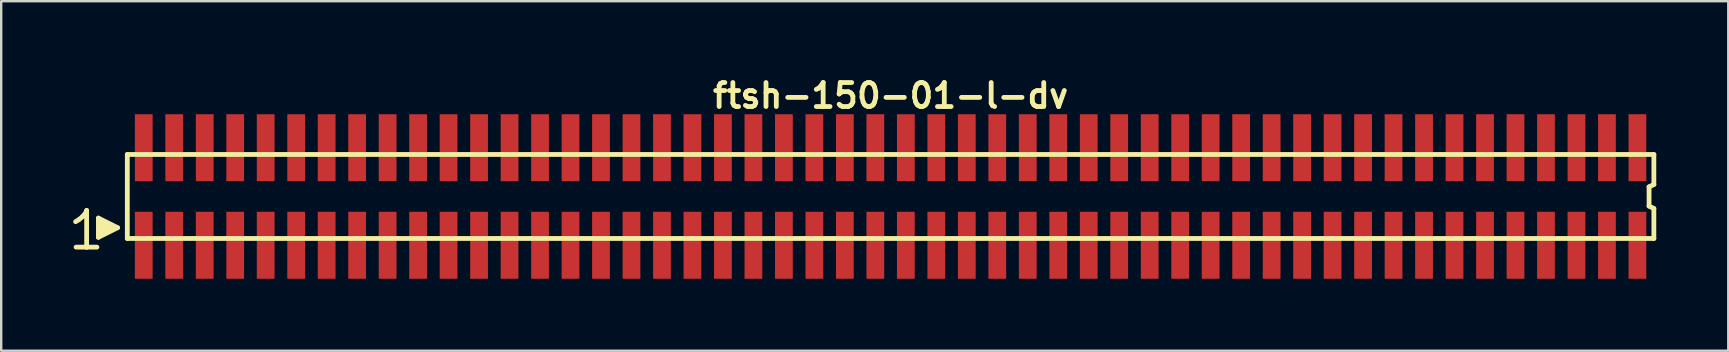
<source format=kicad_pcb>
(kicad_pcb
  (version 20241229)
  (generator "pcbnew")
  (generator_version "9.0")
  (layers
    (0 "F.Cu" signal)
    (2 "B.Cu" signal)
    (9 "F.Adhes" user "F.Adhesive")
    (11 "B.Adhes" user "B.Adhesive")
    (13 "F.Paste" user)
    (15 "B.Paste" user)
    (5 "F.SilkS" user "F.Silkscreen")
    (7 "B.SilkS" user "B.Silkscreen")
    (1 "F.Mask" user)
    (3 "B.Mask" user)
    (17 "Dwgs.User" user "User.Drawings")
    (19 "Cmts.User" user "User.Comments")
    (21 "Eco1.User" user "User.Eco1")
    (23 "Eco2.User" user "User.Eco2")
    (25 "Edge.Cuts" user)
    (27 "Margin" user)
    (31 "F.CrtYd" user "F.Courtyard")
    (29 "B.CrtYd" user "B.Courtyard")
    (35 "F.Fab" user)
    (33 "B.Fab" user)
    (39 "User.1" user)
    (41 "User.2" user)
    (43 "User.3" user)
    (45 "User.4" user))
  (footprint "ftsh-150-01-l-dv"
    (layer "F.Cu")
    (at 34.054 5.136)
    (property "Reference" "ftsh-150-01-l-dv" (at 0 -4.2 0) (layer "F.SilkS") (effects (font (size 1 1) (thickness 0.2))))
    (attr through_hole)
    (fp_line (start -33.955 1.05) (end -33.825 0.97) (stroke (width 0.198) (type solid)) (layer "F.SilkS"))
    (fp_line (start -33.825 0.97) (end -33.665 0.84) (stroke (width 0.198) (type solid)) (layer "F.SilkS"))
    (fp_line (start -33.665 0.84) (end -33.525 0.67) (stroke (width 0.198) (type solid)) (layer "F.SilkS"))
    (fp_line (start -33.525 0.67) (end -33.495 0.58) (stroke (width 0.198) (type solid)) (layer "F.SilkS"))
    (fp_line (start -33.495 0.58) (end -33.495 2.11) (stroke (width 0.198) (type solid)) (layer "F.SilkS"))
    (fp_line (start -33.495 2.11) (end -33.935 2.11) (stroke (width 0.198) (type solid)) (layer "F.SilkS"))
    (fp_line (start -33.065 2.11) (end -33.505 2.11) (stroke (width 0.198) (type solid)) (layer "F.SilkS"))
    (fp_line (start -33.005 0.9) (end -32.205 1.3) (stroke (width 0.198) (type solid)) (layer "F.SilkS"))
    (fp_line (start -33.005 1.7) (end -33.005 0.9) (stroke (width 0.198) (type solid)) (layer "F.SilkS"))
    (fp_line (start -32.905 1.6) (end -32.905 1) (stroke (width 0.198) (type solid)) (layer "F.SilkS"))
    (fp_line (start -32.805 1.1) (end -32.805 1.5) (stroke (width 0.198) (type solid)) (layer "F.SilkS"))
    (fp_line (start -32.705 1.5) (end -32.705 1.1) (stroke (width 0.198) (type solid)) (layer "F.SilkS"))
    (fp_line (start -32.605 1.2) (end -32.605 1.4) (stroke (width 0.198) (type solid)) (layer "F.SilkS"))
    (fp_line (start -32.505 1.4) (end -32.505 1.2) (stroke (width 0.198) (type solid)) (layer "F.SilkS"))
    (fp_line (start -32.205 1.3) (end -33.005 1.7) (stroke (width 0.198) (type solid)) (layer "F.SilkS"))
    (fp_line (start -31.8 -1.75) (end -31.8 1.75) (stroke (width 0.2) (type solid)) (layer "F.SilkS"))
    (fp_line (start -31.8 -1.75) (end 31.8 -1.75) (stroke (width 0.2) (type solid)) (layer "F.SilkS"))
    (fp_line (start -31.8 1.75) (end 31.8 1.75) (stroke (width 0.2) (type solid)) (layer "F.SilkS"))
    (fp_line (start 31.6 -0.4) (end 31.6 0.4) (stroke (width 0.2) (type solid)) (layer "F.SilkS"))
    (fp_line (start 31.6 0.4) (end 31.8 0.5) (stroke (width 0.2) (type solid)) (layer "F.SilkS"))
    (fp_line (start 31.8 -0.5) (end 31.6 -0.4) (stroke (width 0.2) (type solid)) (layer "F.SilkS"))
    (fp_line (start 31.8 -0.5) (end 31.8 -1.75) (stroke (width 0.2) (type solid)) (layer "F.SilkS"))
    (fp_line (start 31.8 0.5) (end 31.8 1.75) (stroke (width 0.2) (type solid)) (layer "F.SilkS"))
    (pad "1" smd rect (at -31.115 2.032) (size 0.74 2.79) (layers "F.Cu" "F.Mask" "F.Paste"))
    (pad "2" smd rect (at -31.115 -2.032) (size 0.74 2.79) (layers "F.Cu" "F.Mask" "F.Paste"))
    (pad "3" smd rect (at -29.845 2.032) (size 0.74 2.79) (layers "F.Cu" "F.Mask" "F.Paste"))
    (pad "4" smd rect (at -29.845 -2.032) (size 0.74 2.79) (layers "F.Cu" "F.Mask" "F.Paste"))
    (pad "5" smd rect (at -28.575 2.032) (size 0.74 2.79) (layers "F.Cu" "F.Mask" "F.Paste"))
    (pad "6" smd rect (at -28.575 -2.032) (size 0.74 2.79) (layers "F.Cu" "F.Mask" "F.Paste"))
    (pad "7" smd rect (at -27.305 2.032) (size 0.74 2.79) (layers "F.Cu" "F.Mask" "F.Paste"))
    (pad "8" smd rect (at -27.305 -2.032) (size 0.74 2.79) (layers "F.Cu" "F.Mask" "F.Paste"))
    (pad "9" smd rect (at -26.035 2.032) (size 0.74 2.79) (layers "F.Cu" "F.Mask" "F.Paste"))
    (pad "10" smd rect (at -26.035 -2.032) (size 0.74 2.79) (layers "F.Cu" "F.Mask" "F.Paste"))
    (pad "11" smd rect (at -24.765 2.032) (size 0.74 2.79) (layers "F.Cu" "F.Mask" "F.Paste"))
    (pad "12" smd rect (at -24.765 -2.032) (size 0.74 2.79) (layers "F.Cu" "F.Mask" "F.Paste"))
    (pad "13" smd rect (at -23.495 2.032) (size 0.74 2.79) (layers "F.Cu" "F.Mask" "F.Paste"))
    (pad "14" smd rect (at -23.495 -2.032) (size 0.74 2.79) (layers "F.Cu" "F.Mask" "F.Paste"))
    (pad "15" smd rect (at -22.225 2.032) (size 0.74 2.79) (layers "F.Cu" "F.Mask" "F.Paste"))
    (pad "16" smd rect (at -22.225 -2.032) (size 0.74 2.79) (layers "F.Cu" "F.Mask" "F.Paste"))
    (pad "17" smd rect (at -20.955 2.032) (size 0.74 2.79) (layers "F.Cu" "F.Mask" "F.Paste"))
    (pad "18" smd rect (at -20.955 -2.032) (size 0.74 2.79) (layers "F.Cu" "F.Mask" "F.Paste"))
    (pad "19" smd rect (at -19.685 2.032) (size 0.74 2.79) (layers "F.Cu" "F.Mask" "F.Paste"))
    (pad "20" smd rect (at -19.685 -2.032) (size 0.74 2.79) (layers "F.Cu" "F.Mask" "F.Paste"))
    (pad "21" smd rect (at -18.415 2.032) (size 0.74 2.79) (layers "F.Cu" "F.Mask" "F.Paste"))
    (pad "22" smd rect (at -18.415 -2.032) (size 0.74 2.79) (layers "F.Cu" "F.Mask" "F.Paste"))
    (pad "23" smd rect (at -17.145 2.032) (size 0.74 2.79) (layers "F.Cu" "F.Mask" "F.Paste"))
    (pad "24" smd rect (at -17.145 -2.032) (size 0.74 2.79) (layers "F.Cu" "F.Mask" "F.Paste"))
    (pad "25" smd rect (at -15.875 2.032) (size 0.74 2.79) (layers "F.Cu" "F.Mask" "F.Paste"))
    (pad "26" smd rect (at -15.875 -2.032) (size 0.74 2.79) (layers "F.Cu" "F.Mask" "F.Paste"))
    (pad "27" smd rect (at -14.605 2.032) (size 0.74 2.79) (layers "F.Cu" "F.Mask" "F.Paste"))
    (pad "28" smd rect (at -14.605 -2.032) (size 0.74 2.79) (layers "F.Cu" "F.Mask" "F.Paste"))
    (pad "29" smd rect (at -13.335 2.032) (size 0.74 2.79) (layers "F.Cu" "F.Mask" "F.Paste"))
    (pad "30" smd rect (at -13.335 -2.032) (size 0.74 2.79) (layers "F.Cu" "F.Mask" "F.Paste"))
    (pad "31" smd rect (at -12.065 2.032) (size 0.74 2.79) (layers "F.Cu" "F.Mask" "F.Paste"))
    (pad "32" smd rect (at -12.065 -2.032) (size 0.74 2.79) (layers "F.Cu" "F.Mask" "F.Paste"))
    (pad "33" smd rect (at -10.795 2.032) (size 0.74 2.79) (layers "F.Cu" "F.Mask" "F.Paste"))
    (pad "34" smd rect (at -10.795 -2.032) (size 0.74 2.79) (layers "F.Cu" "F.Mask" "F.Paste"))
    (pad "35" smd rect (at -9.525 2.032) (size 0.74 2.79) (layers "F.Cu" "F.Mask" "F.Paste"))
    (pad "36" smd rect (at -9.525 -2.032) (size 0.74 2.79) (layers "F.Cu" "F.Mask" "F.Paste"))
    (pad "37" smd rect (at -8.255 2.032) (size 0.74 2.79) (layers "F.Cu" "F.Mask" "F.Paste"))
    (pad "38" smd rect (at -8.255 -2.032) (size 0.74 2.79) (layers "F.Cu" "F.Mask" "F.Paste"))
    (pad "39" smd rect (at -6.985 2.032) (size 0.74 2.79) (layers "F.Cu" "F.Mask" "F.Paste"))
    (pad "40" smd rect (at -6.985 -2.032) (size 0.74 2.79) (layers "F.Cu" "F.Mask" "F.Paste"))
    (pad "41" smd rect (at -5.715 2.032) (size 0.74 2.79) (layers "F.Cu" "F.Mask" "F.Paste"))
    (pad "42" smd rect (at -5.715 -2.032) (size 0.74 2.79) (layers "F.Cu" "F.Mask" "F.Paste"))
    (pad "43" smd rect (at -4.445 2.032) (size 0.74 2.79) (layers "F.Cu" "F.Mask" "F.Paste"))
    (pad "44" smd rect (at -4.445 -2.032) (size 0.74 2.79) (layers "F.Cu" "F.Mask" "F.Paste"))
    (pad "45" smd rect (at -3.175 2.032) (size 0.74 2.79) (layers "F.Cu" "F.Mask" "F.Paste"))
    (pad "46" smd rect (at -3.175 -2.032) (size 0.74 2.79) (layers "F.Cu" "F.Mask" "F.Paste"))
    (pad "47" smd rect (at -1.905 2.032) (size 0.74 2.79) (layers "F.Cu" "F.Mask" "F.Paste"))
    (pad "48" smd rect (at -1.905 -2.032) (size 0.74 2.79) (layers "F.Cu" "F.Mask" "F.Paste"))
    (pad "49" smd rect (at -0.635 2.032) (size 0.74 2.79) (layers "F.Cu" "F.Mask" "F.Paste"))
    (pad "50" smd rect (at -0.635 -2.032) (size 0.74 2.79) (layers "F.Cu" "F.Mask" "F.Paste"))
    (pad "51" smd rect (at 0.635 2.032) (size 0.74 2.79) (layers "F.Cu" "F.Mask" "F.Paste"))
    (pad "52" smd rect (at 0.635 -2.032) (size 0.74 2.79) (layers "F.Cu" "F.Mask" "F.Paste"))
    (pad "53" smd rect (at 1.905 2.032) (size 0.74 2.79) (layers "F.Cu" "F.Mask" "F.Paste"))
    (pad "54" smd rect (at 1.905 -2.032) (size 0.74 2.79) (layers "F.Cu" "F.Mask" "F.Paste"))
    (pad "55" smd rect (at 3.175 2.032) (size 0.74 2.79) (layers "F.Cu" "F.Mask" "F.Paste"))
    (pad "56" smd rect (at 3.175 -2.032) (size 0.74 2.79) (layers "F.Cu" "F.Mask" "F.Paste"))
    (pad "57" smd rect (at 4.445 2.032) (size 0.74 2.79) (layers "F.Cu" "F.Mask" "F.Paste"))
    (pad "58" smd rect (at 4.445 -2.032) (size 0.74 2.79) (layers "F.Cu" "F.Mask" "F.Paste"))
    (pad "59" smd rect (at 5.715 2.032) (size 0.74 2.79) (layers "F.Cu" "F.Mask" "F.Paste"))
    (pad "60" smd rect (at 5.715 -2.032) (size 0.74 2.79) (layers "F.Cu" "F.Mask" "F.Paste"))
    (pad "61" smd rect (at 6.985 2.032) (size 0.74 2.79) (layers "F.Cu" "F.Mask" "F.Paste"))
    (pad "62" smd rect (at 6.985 -2.032) (size 0.74 2.79) (layers "F.Cu" "F.Mask" "F.Paste"))
    (pad "63" smd rect (at 8.255 2.032) (size 0.74 2.79) (layers "F.Cu" "F.Mask" "F.Paste"))
    (pad "64" smd rect (at 8.255 -2.032) (size 0.74 2.79) (layers "F.Cu" "F.Mask" "F.Paste"))
    (pad "65" smd rect (at 9.525 2.032) (size 0.74 2.79) (layers "F.Cu" "F.Mask" "F.Paste"))
    (pad "66" smd rect (at 9.525 -2.032) (size 0.74 2.79) (layers "F.Cu" "F.Mask" "F.Paste"))
    (pad "67" smd rect (at 10.795 2.032) (size 0.74 2.79) (layers "F.Cu" "F.Mask" "F.Paste"))
    (pad "68" smd rect (at 10.795 -2.032) (size 0.74 2.79) (layers "F.Cu" "F.Mask" "F.Paste"))
    (pad "69" smd rect (at 12.065 2.032) (size 0.74 2.79) (layers "F.Cu" "F.Mask" "F.Paste"))
    (pad "70" smd rect (at 12.065 -2.032) (size 0.74 2.79) (layers "F.Cu" "F.Mask" "F.Paste"))
    (pad "71" smd rect (at 13.335 2.032) (size 0.74 2.79) (layers "F.Cu" "F.Mask" "F.Paste"))
    (pad "72" smd rect (at 13.335 -2.032) (size 0.74 2.79) (layers "F.Cu" "F.Mask" "F.Paste"))
    (pad "73" smd rect (at 14.605 2.032) (size 0.74 2.79) (layers "F.Cu" "F.Mask" "F.Paste"))
    (pad "74" smd rect (at 14.605 -2.032) (size 0.74 2.79) (layers "F.Cu" "F.Mask" "F.Paste"))
    (pad "75" smd rect (at 15.875 2.032) (size 0.74 2.79) (layers "F.Cu" "F.Mask" "F.Paste"))
    (pad "76" smd rect (at 15.875 -2.032) (size 0.74 2.79) (layers "F.Cu" "F.Mask" "F.Paste"))
    (pad "77" smd rect (at 17.145 2.032) (size 0.74 2.79) (layers "F.Cu" "F.Mask" "F.Paste"))
    (pad "78" smd rect (at 17.145 -2.032) (size 0.74 2.79) (layers "F.Cu" "F.Mask" "F.Paste"))
    (pad "79" smd rect (at 18.415 2.032) (size 0.74 2.79) (layers "F.Cu" "F.Mask" "F.Paste"))
    (pad "80" smd rect (at 18.415 -2.032) (size 0.74 2.79) (layers "F.Cu" "F.Mask" "F.Paste"))
    (pad "81" smd rect (at 19.685 2.032) (size 0.74 2.79) (layers "F.Cu" "F.Mask" "F.Paste"))
    (pad "82" smd rect (at 19.685 -2.032) (size 0.74 2.79) (layers "F.Cu" "F.Mask" "F.Paste"))
    (pad "83" smd rect (at 20.955 2.032) (size 0.74 2.79) (layers "F.Cu" "F.Mask" "F.Paste"))
    (pad "84" smd rect (at 20.955 -2.032) (size 0.74 2.79) (layers "F.Cu" "F.Mask" "F.Paste"))
    (pad "85" smd rect (at 22.225 2.032) (size 0.74 2.79) (layers "F.Cu" "F.Mask" "F.Paste"))
    (pad "86" smd rect (at 22.225 -2.032) (size 0.74 2.79) (layers "F.Cu" "F.Mask" "F.Paste"))
    (pad "87" smd rect (at 23.495 2.032) (size 0.74 2.79) (layers "F.Cu" "F.Mask" "F.Paste"))
    (pad "88" smd rect (at 23.495 -2.032) (size 0.74 2.79) (layers "F.Cu" "F.Mask" "F.Paste"))
    (pad "89" smd rect (at 24.765 2.032) (size 0.74 2.79) (layers "F.Cu" "F.Mask" "F.Paste"))
    (pad "90" smd rect (at 24.765 -2.032) (size 0.74 2.79) (layers "F.Cu" "F.Mask" "F.Paste"))
    (pad "91" smd rect (at 26.035 2.032) (size 0.74 2.79) (layers "F.Cu" "F.Mask" "F.Paste"))
    (pad "92" smd rect (at 26.035 -2.032) (size 0.74 2.79) (layers "F.Cu" "F.Mask" "F.Paste"))
    (pad "93" smd rect (at 27.305 2.032) (size 0.74 2.79) (layers "F.Cu" "F.Mask" "F.Paste"))
    (pad "94" smd rect (at 27.305 -2.032) (size 0.74 2.79) (layers "F.Cu" "F.Mask" "F.Paste"))
    (pad "95" smd rect (at 28.575 2.032) (size 0.74 2.79) (layers "F.Cu" "F.Mask" "F.Paste"))
    (pad "96" smd rect (at 28.575 -2.032) (size 0.74 2.79) (layers "F.Cu" "F.Mask" "F.Paste"))
    (pad "97" smd rect (at 29.845 2.032) (size 0.74 2.79) (layers "F.Cu" "F.Mask" "F.Paste"))
    (pad "98" smd rect (at 29.845 -2.032) (size 0.74 2.79) (layers "F.Cu" "F.Mask" "F.Paste"))
    (pad "99" smd rect (at 31.115 2.032) (size 0.74 2.79) (layers "F.Cu" "F.Mask" "F.Paste"))
    (pad "100" smd rect (at 31.115 -2.032) (size 0.74 2.79) (layers "F.Cu" "F.Mask" "F.Paste")))
  (gr_rect
    (start -3 -3)
    (end 68.954 11.563)
    (stroke (width 0.1) (type default))
    (fill no)
    (layer "Edge.Cuts")))
</source>
